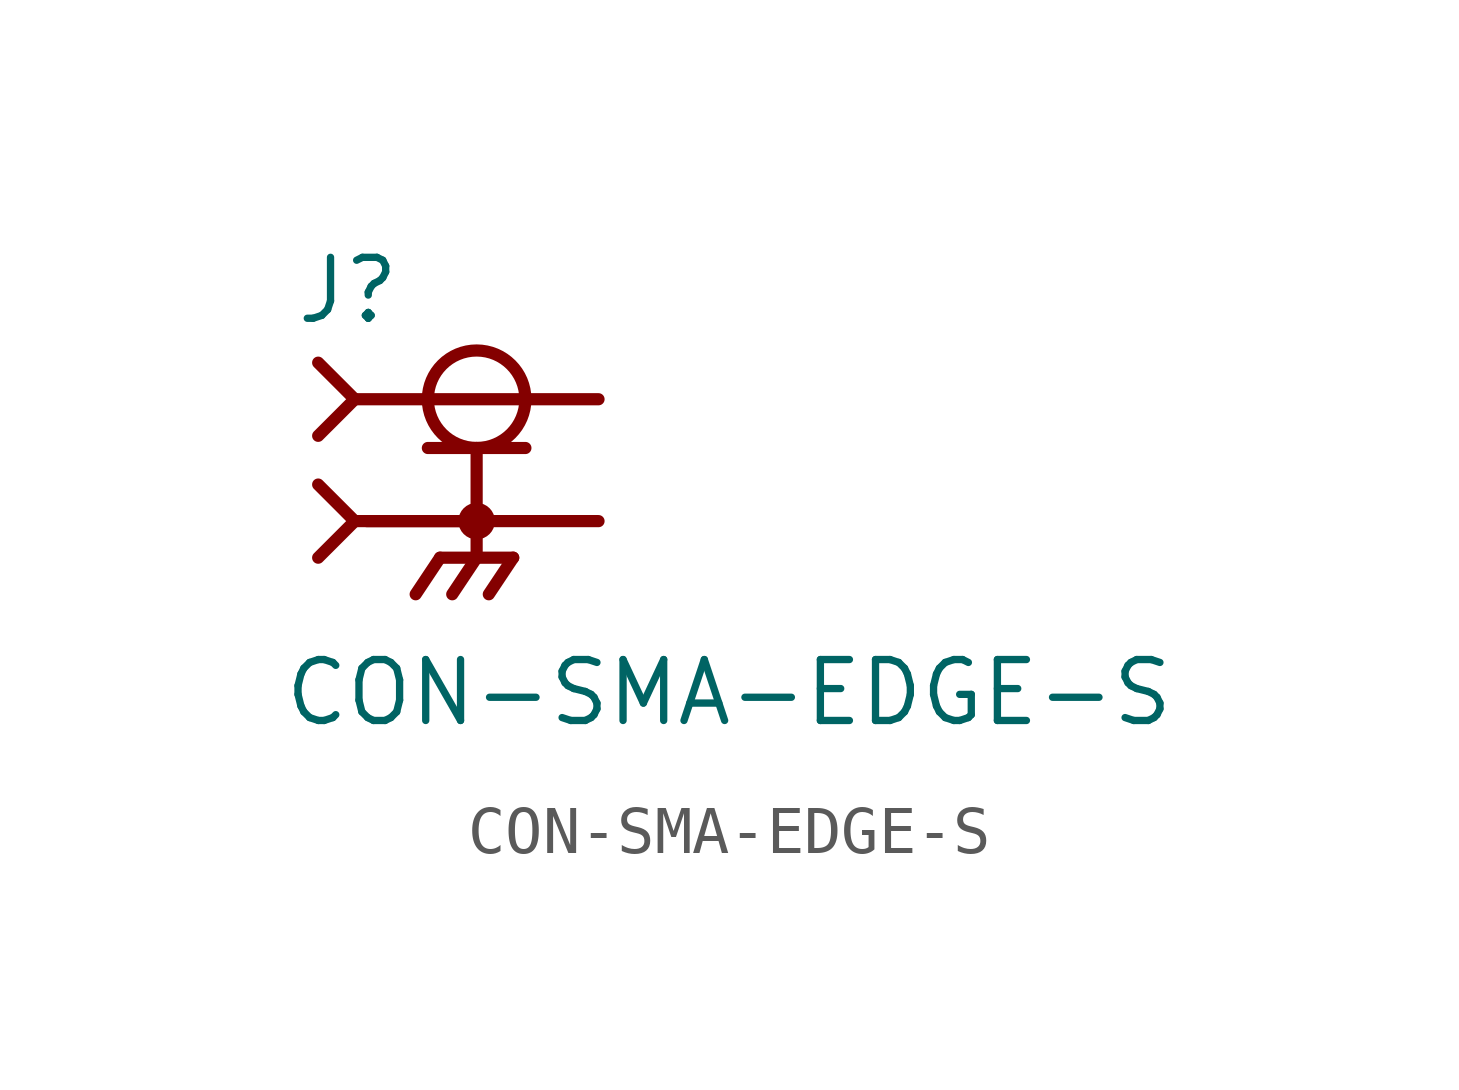
<source format=kicad_sym>
(kicad_symbol_lib
  (version 20220914)
  (generator kicad_symbol_editor)
  (symbol "CON-SMA-EDGE-S"
    (pin_numbers hide)
    (pin_names
      (offset 1.016) hide)
    (property "Reference" "J"
      (at -3.81 4.064 0)
      (effects (font (size 1.27 1.27)) (justify left bottom)))
    (property "Value" "CON-SMA-EDGE-S"
      (at -4.064 -4.318 0)
      (effects (font (size 1.27 1.27)) (justify left bottom)))
    (symbol "CON-SMA-EDGE-S_0_0"
      (polyline (pts (xy -3.302 -0.762) (xy -2.54 0)) (stroke (width 0.254) (type default)) (fill (type none)))
      (polyline (pts (xy -3.302 0.762) (xy -2.54 0)) (stroke (width 0.254) (type default)) (fill (type none)))
      (polyline (pts (xy -3.302 1.778) (xy -2.54 2.54)) (stroke (width 0.254) (type default)) (fill (type none)))
      (polyline (pts (xy -3.302 3.302) (xy -2.54 2.54)) (stroke (width 0.254) (type default)) (fill (type none)))
      (polyline (pts (xy -2.54 0) (xy 0 0)) (stroke (width 0.254) (type default)) (fill (type none)))
      (polyline (pts (xy -2.54 2.54) (xy 2.54 2.54)) (stroke (width 0.254) (type default)) (fill (type none)))
      (polyline (pts (xy -1.016 1.524) (xy 0 1.524)) (stroke (width 0.254) (type default)) (fill (type none)))
      (polyline (pts (xy -0.762 -0.762) (xy -1.27 -1.524)) (stroke (width 0.254) (type default)) (fill (type none)))
      (polyline (pts (xy 0 -0.762) (xy -0.762 -0.762)) (stroke (width 0.254) (type default)) (fill (type none)))
      (polyline (pts (xy 0 -0.762) (xy -0.508 -1.524)) (stroke (width 0.254) (type default)) (fill (type none)))
      (polyline (pts (xy 0 -0.762) (xy 0.762 -0.762)) (stroke (width 0.254) (type default)) (fill (type none)))
      (polyline (pts (xy 0 0) (xy -2.286 0)) (stroke (width 0.254) (type default)) (fill (type none)))
      (polyline (pts (xy 0 0) (xy 0 -0.762)) (stroke (width 0.254) (type default)) (fill (type none)))
      (polyline (pts (xy 0 1.524) (xy 0 0)) (stroke (width 0.254) (type default)) (fill (type none)))
      (polyline (pts (xy 0 1.524) (xy 1.016 1.524)) (stroke (width 0.254) (type default)) (fill (type none)))
      (polyline (pts (xy 0.762 -0.762) (xy 0.254 -1.524)) (stroke (width 0.254) (type default)) (fill (type none)))
      (polyline (pts (xy 2.54 0) (xy 0 0)) (stroke (width 0.254) (type default)) (fill (type none)))
      (circle (center 0 0) (radius 0.254) (stroke (width 0.254) (type default)) (fill (type none)))
      (circle (center 0 2.54) (radius 1.016) (stroke (width 0.254) (type default)) (fill (type none)))
      (pin passive line (at 2.54 2.54 180) (length 5.08) (name "~" (effects (font (size 1.016 1.016)))) (number "1" (effects (font (size 1.016 1.016)))))
      (pin passive line (at 2.54 0 180) (length 5.08) (name "~" (effects (font (size 1.016 1.016)))) (number "G1" (effects (font (size 1.016 1.016)))))
      (pin passive line (at 2.54 0 180) (length 5.08) hide (name "~" (effects (font (size 1.016 1.016)))) (number "G2" (effects (font (size 1.016 1.016)))))
      (pin passive line (at 2.54 0 180) (length 5.08) hide (name "~" (effects (font (size 1.016 1.016)))) (number "G3" (effects (font (size 1.016 1.016)))))
      (pin passive line (at 2.54 0 180) (length 5.08) hide (name "~" (effects (font (size 1.016 1.016)))) (number "G4" (effects (font (size 1.016 1.016))))))))
</source>
